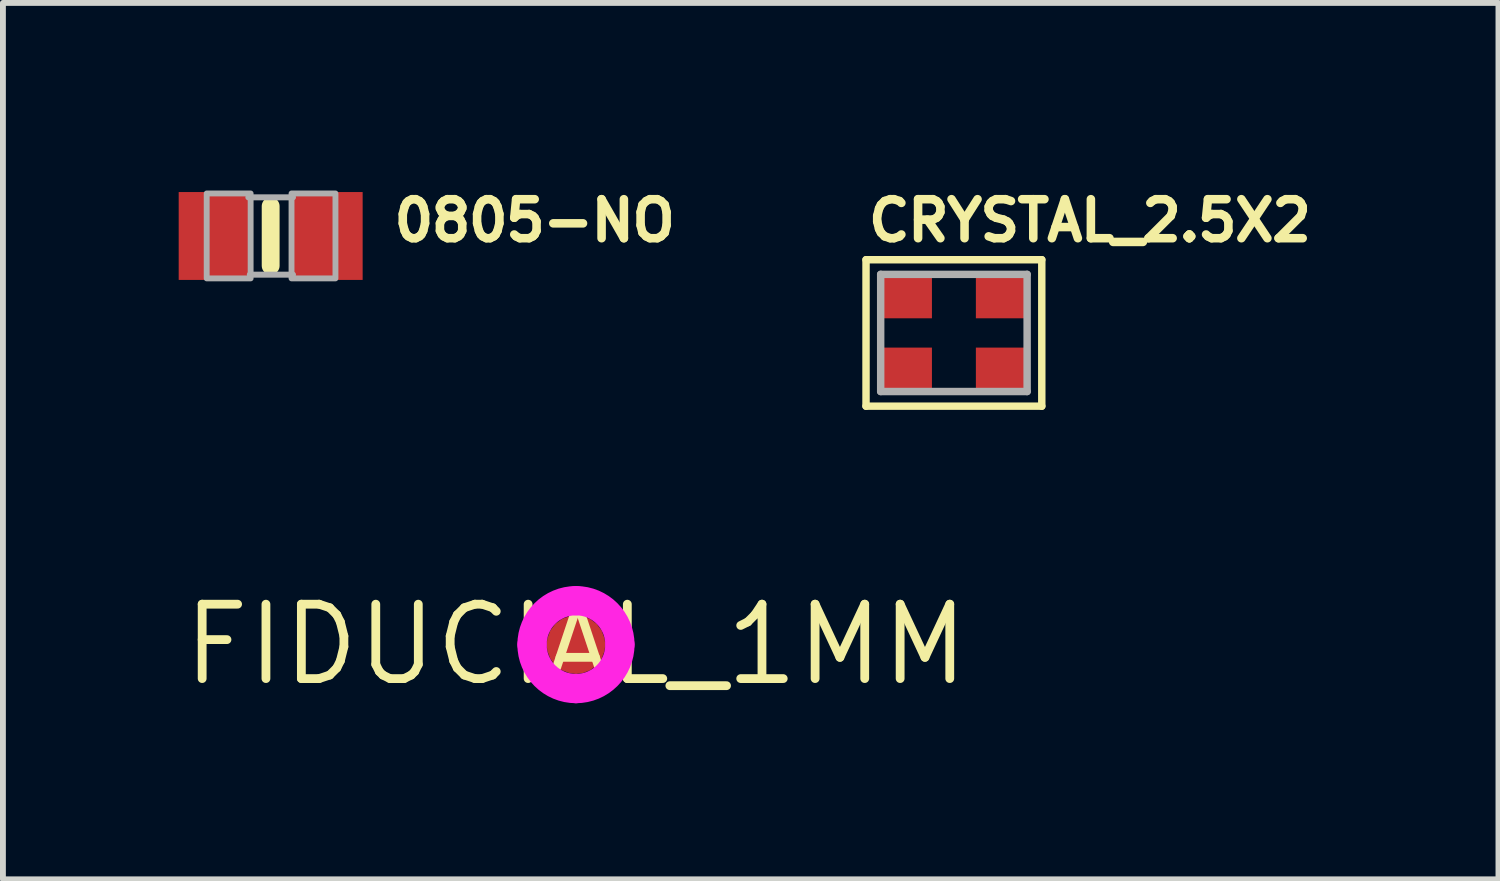
<source format=kicad_pcb>
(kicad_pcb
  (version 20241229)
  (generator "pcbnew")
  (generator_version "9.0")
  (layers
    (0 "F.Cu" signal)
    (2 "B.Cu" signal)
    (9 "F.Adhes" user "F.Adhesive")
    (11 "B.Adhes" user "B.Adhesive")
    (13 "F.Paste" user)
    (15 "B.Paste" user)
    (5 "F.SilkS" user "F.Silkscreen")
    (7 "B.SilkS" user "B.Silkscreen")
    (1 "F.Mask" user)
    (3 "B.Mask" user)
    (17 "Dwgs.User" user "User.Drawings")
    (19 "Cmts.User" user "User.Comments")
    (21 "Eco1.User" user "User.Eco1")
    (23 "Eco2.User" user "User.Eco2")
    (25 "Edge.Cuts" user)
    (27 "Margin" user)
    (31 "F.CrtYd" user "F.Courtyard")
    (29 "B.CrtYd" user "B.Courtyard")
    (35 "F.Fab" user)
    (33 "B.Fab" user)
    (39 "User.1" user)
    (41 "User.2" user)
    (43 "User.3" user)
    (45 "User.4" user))
  (footprint "CRYSTAL_2.5X2"
    (layer "F.Cu")
    (at 13.232 2.633)
    (property "Reference" "CRYSTAL_2.5X2" (at -1.532 -1.528 0) (layer "F.SilkS") (effects (font (size 0.666 0.666) (thickness 0.146)) (justify left bottom)))
    (fp_line (start -1.5 -1.25) (end 1.5 -1.25) (stroke (width 0.127) (type solid)) (layer "F.SilkS"))
    (fp_line (start -1.5 1.25) (end -1.5 -1.25) (stroke (width 0.127) (type solid)) (layer "F.SilkS"))
    (fp_line (start 1.5 -1.25) (end 1.5 1.25) (stroke (width 0.127) (type solid)) (layer "F.SilkS"))
    (fp_line (start 1.5 1.25) (end -1.5 1.25) (stroke (width 0.127) (type solid)) (layer "F.SilkS"))
    (fp_line (start -1.25 -1) (end 1.25 -1) (stroke (width 0.127) (type solid)) (layer "F.Fab"))
    (fp_line (start -1.25 1) (end -1.25 -1) (stroke (width 0.127) (type solid)) (layer "F.Fab"))
    (fp_line (start 1.25 -1) (end 1.25 1) (stroke (width 0.127) (type solid)) (layer "F.Fab"))
    (fp_line (start 1.25 1) (end -1.25 1) (stroke (width 0.127) (type solid)) (layer "F.Fab"))
    (pad "1" smd rect (at -0.825 0.625) (size 0.9 0.75) (layers "F.Cu" "F.Mask" "F.Paste"))
    (pad "2" smd rect (at 0.825 0.625) (size 0.9 0.75) (layers "F.Cu" "F.Mask" "F.Paste"))
    (pad "3" smd rect (at 0.825 -0.625) (size 0.9 0.75) (layers "F.Cu" "F.Mask" "F.Paste"))
    (pad "4" smd rect (at -0.825 -0.625) (size 0.9 0.75) (layers "F.Cu" "F.Mask" "F.Paste")))
  (footprint "FIDUCIAL_1MM"
    (layer "F.Cu")
    (at 6.781 7.953)
    (property "Reference" "FIDUCIAL_1MM" (at 0 0 0) (layer "F.SilkS") (effects (font (size 1.27 1.27) (thickness 0.15))))
    (fp_arc (start -0.75 0) (mid -0.53033 -0.53033) (end 0 -0.75) (stroke (width 0.4699) (type solid)) (layer "F.Mask"))
    (fp_arc (start 0 -0.75) (mid 0.53033 -0.53033) (end 0.75 0) (stroke (width 0.4699) (type solid)) (layer "F.Mask"))
    (fp_arc (start 0 0.75) (mid -0.53033 0.53033) (end -0.75 0) (stroke (width 0.4699) (type solid)) (layer "F.Mask"))
    (fp_arc (start 0.75 0) (mid 0.53033 0.53033) (end 0 0.75) (stroke (width 0.4699) (type solid)) (layer "F.Mask"))
    (fp_arc (start -0.75 0) (mid -0.53033 -0.53033) (end 0 -0.75) (stroke (width 0.5) (type solid)) (layer "F.CrtYd"))
    (fp_arc (start 0 -0.75) (mid 0.53033 -0.53033) (end 0.75 0) (stroke (width 0.5) (type solid)) (layer "F.CrtYd"))
    (fp_arc (start 0 0.75) (mid -0.53033 0.53033) (end -0.75 0) (stroke (width 0.5) (type solid)) (layer "F.CrtYd"))
    (fp_arc (start 0.75 0) (mid 0.53033 0.53033) (end 0 0.75) (stroke (width 0.5) (type solid)) (layer "F.CrtYd"))
    (pad "1" smd roundrect (at 0 0) (size 1 1) (layers "F.Cu" "F.Mask") (roundrect_rratio 0.5)))
  (footprint "0805-NO"
    (layer "F.Cu")
    (at 1.57 0.978)
    (property "Reference" "0805-NO" (at 2.032 0.127 0) (layer "F.SilkS") (effects (font (size 0.666 0.666) (thickness 0.146)) (justify left bottom)))
    (fp_line (start 0 -0.508) (end 0 0.508) (stroke (width 0.305) (type solid)) (layer "F.SilkS"))
    (fp_line (start -0.381 -0.66) (end 0.381 -0.66) (stroke (width 0.102) (type solid)) (layer "F.Fab"))
    (fp_line (start -0.356 0.66) (end 0.381 0.66) (stroke (width 0.102) (type solid)) (layer "F.Fab"))
    (fp_poly (pts (xy -1.092 0.724) (xy -0.342 0.724) (xy -0.342 -0.726) (xy -1.092 -0.726)) (stroke (width 0.1) (type default)) (fill no) (layer "F.Fab"))
    (fp_poly (pts (xy 0.356 0.724) (xy 1.106 0.724) (xy 1.106 -0.726) (xy 0.356 -0.726)) (stroke (width 0.1) (type default)) (fill no) (layer "F.Fab"))
    (pad "1" smd rect (at -0.95 0) (size 1.24 1.5) (layers "F.Cu" "F.Mask" "F.Paste"))
    (pad "2" smd rect (at 0.95 0) (size 1.24 1.5) (layers "F.Cu" "F.Mask" "F.Paste")))
  (gr_rect
    (start -3 -3)
    (end 22.527 11.959)
    (stroke (width 0.1) (type default))
    (fill no)
    (layer "Edge.Cuts")))
</source>
